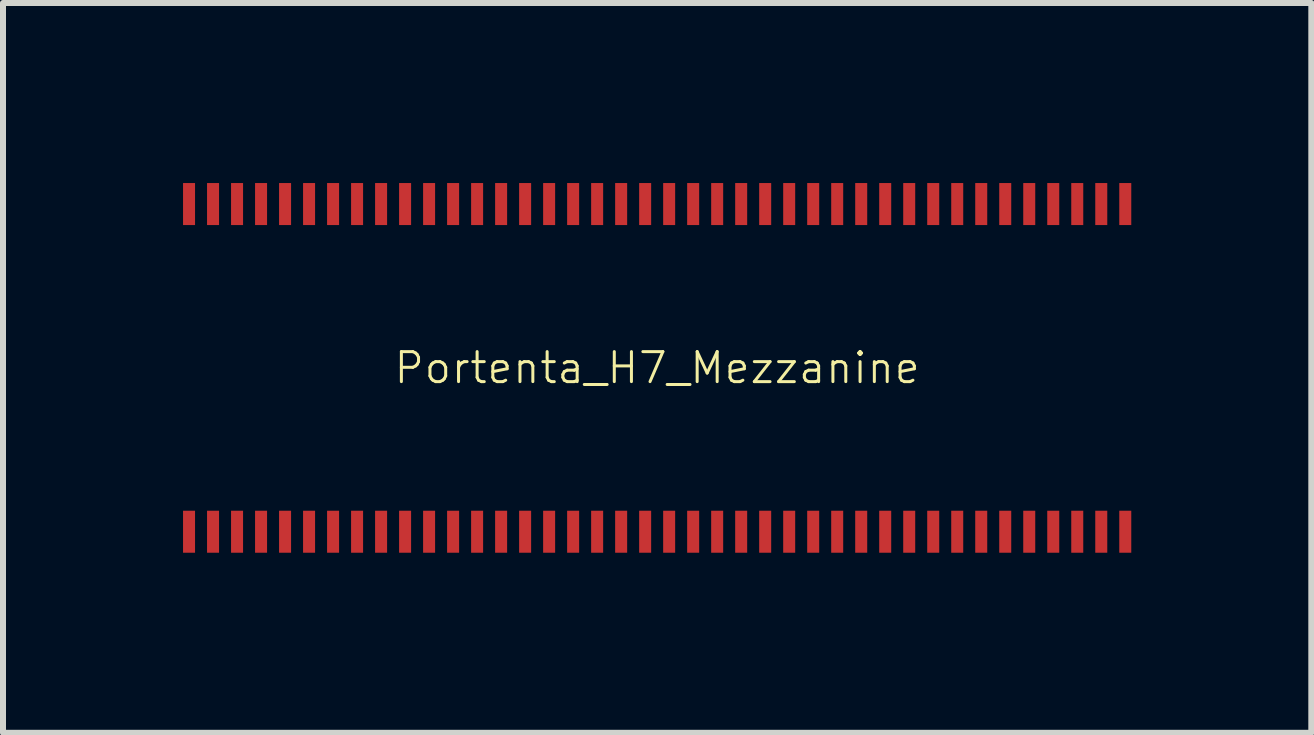
<source format=kicad_pcb>
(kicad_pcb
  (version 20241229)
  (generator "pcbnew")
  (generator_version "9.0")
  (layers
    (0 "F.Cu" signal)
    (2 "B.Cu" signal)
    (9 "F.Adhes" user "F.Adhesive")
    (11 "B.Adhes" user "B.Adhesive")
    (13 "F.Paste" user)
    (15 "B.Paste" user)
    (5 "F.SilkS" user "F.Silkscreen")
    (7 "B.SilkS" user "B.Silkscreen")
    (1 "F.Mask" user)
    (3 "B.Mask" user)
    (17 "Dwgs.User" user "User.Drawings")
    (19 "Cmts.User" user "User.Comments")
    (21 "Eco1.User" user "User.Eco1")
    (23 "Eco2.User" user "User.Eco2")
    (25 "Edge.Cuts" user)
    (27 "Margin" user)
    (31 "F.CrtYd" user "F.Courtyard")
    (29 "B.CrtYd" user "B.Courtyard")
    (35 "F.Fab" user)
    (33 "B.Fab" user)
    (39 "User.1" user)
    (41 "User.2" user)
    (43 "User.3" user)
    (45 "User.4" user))
  (footprint "Portenta_H7_Mezzanine"
    (layer "F.Cu")
    (at 7.9 3.08)
    (property "Reference" "Portenta_H7_Mezzanine" (at 0 0 0) (unlocked yes) (layer "F.SilkS") (effects (font (size 0.5 0.5) (thickness 0.05))))
    (attr smd)
    (pad "J1-1" smd rect (at -7.8 -2.73) (size 0.2 0.7) (layers "F.Cu" "F.Mask" "F.Paste"))
    (pad "J1-2" smd rect (at -7.8 2.73) (size 0.2 0.7) (layers "F.Cu" "F.Mask" "F.Paste"))
    (pad "J1-3" smd rect (at -7.4 -2.73) (size 0.2 0.7) (layers "F.Cu" "F.Mask" "F.Paste"))
    (pad "J1-4" smd rect (at -7.4 2.73) (size 0.2 0.7) (layers "F.Cu" "F.Mask" "F.Paste"))
    (pad "J1-5" smd rect (at -7 -2.73) (size 0.2 0.7) (layers "F.Cu" "F.Mask" "F.Paste"))
    (pad "J1-6" smd rect (at -7 2.73) (size 0.2 0.7) (layers "F.Cu" "F.Mask" "F.Paste"))
    (pad "J1-7" smd rect (at -6.6 -2.73) (size 0.2 0.7) (layers "F.Cu" "F.Mask" "F.Paste"))
    (pad "J1-8" smd rect (at -6.6 2.73) (size 0.2 0.7) (layers "F.Cu" "F.Mask" "F.Paste"))
    (pad "J1-9" smd rect (at -6.2 -2.73) (size 0.2 0.7) (layers "F.Cu" "F.Mask" "F.Paste"))
    (pad "J1-10" smd rect (at -6.2 2.73) (size 0.2 0.7) (layers "F.Cu" "F.Mask" "F.Paste"))
    (pad "J1-11" smd rect (at -5.8 -2.73) (size 0.2 0.7) (layers "F.Cu" "F.Mask" "F.Paste"))
    (pad "J1-12" smd rect (at -5.8 2.73) (size 0.2 0.7) (layers "F.Cu" "F.Mask" "F.Paste"))
    (pad "J1-13" smd rect (at -5.4 -2.73) (size 0.2 0.7) (layers "F.Cu" "F.Mask" "F.Paste"))
    (pad "J1-14" smd rect (at -5.4 2.73) (size 0.2 0.7) (layers "F.Cu" "F.Mask" "F.Paste"))
    (pad "J1-15" smd rect (at -5 -2.73) (size 0.2 0.7) (layers "F.Cu" "F.Mask" "F.Paste"))
    (pad "J1-16" smd rect (at -5 2.73) (size 0.2 0.7) (layers "F.Cu" "F.Mask" "F.Paste"))
    (pad "J1-17" smd rect (at -4.6 -2.73) (size 0.2 0.7) (layers "F.Cu" "F.Mask" "F.Paste"))
    (pad "J1-18" smd rect (at -4.6 2.73) (size 0.2 0.7) (layers "F.Cu" "F.Mask" "F.Paste"))
    (pad "J1-19" smd rect (at -4.2 -2.73) (size 0.2 0.7) (layers "F.Cu" "F.Mask" "F.Paste"))
    (pad "J1-20" smd rect (at -4.2 2.73) (size 0.2 0.7) (layers "F.Cu" "F.Mask" "F.Paste"))
    (pad "J1-21" smd rect (at -3.8 -2.73) (size 0.2 0.7) (layers "F.Cu" "F.Mask" "F.Paste"))
    (pad "J1-22" smd rect (at -3.8 2.73) (size 0.2 0.7) (layers "F.Cu" "F.Mask" "F.Paste"))
    (pad "J1-23" smd rect (at -3.4 -2.73) (size 0.2 0.7) (layers "F.Cu" "F.Mask" "F.Paste"))
    (pad "J1-24" smd rect (at -3.4 2.73) (size 0.2 0.7) (layers "F.Cu" "F.Mask" "F.Paste"))
    (pad "J1-25" smd rect (at -3 -2.73) (size 0.2 0.7) (layers "F.Cu" "F.Mask" "F.Paste"))
    (pad "J1-26" smd rect (at -3 2.73) (size 0.2 0.7) (layers "F.Cu" "F.Mask" "F.Paste"))
    (pad "J1-27" smd rect (at -2.6 -2.73) (size 0.2 0.7) (layers "F.Cu" "F.Mask" "F.Paste"))
    (pad "J1-28" smd rect (at -2.6 2.73) (size 0.2 0.7) (layers "F.Cu" "F.Mask" "F.Paste"))
    (pad "J1-29" smd rect (at -2.2 -2.73) (size 0.2 0.7) (layers "F.Cu" "F.Mask" "F.Paste"))
    (pad "J1-30" smd rect (at -2.2 2.73) (size 0.2 0.7) (layers "F.Cu" "F.Mask" "F.Paste"))
    (pad "J1-31" smd rect (at -1.8 -2.73) (size 0.2 0.7) (layers "F.Cu" "F.Mask" "F.Paste"))
    (pad "J1-32" smd rect (at -1.8 2.73) (size 0.2 0.7) (layers "F.Cu" "F.Mask" "F.Paste"))
    (pad "J1-33" smd rect (at -1.4 -2.73) (size 0.2 0.7) (layers "F.Cu" "F.Mask" "F.Paste"))
    (pad "J1-34" smd rect (at -1.4 2.73) (size 0.2 0.7) (layers "F.Cu" "F.Mask" "F.Paste"))
    (pad "J1-35" smd rect (at -1 -2.73) (size 0.2 0.7) (layers "F.Cu" "F.Mask" "F.Paste"))
    (pad "J1-36" smd rect (at -1 2.73) (size 0.2 0.7) (layers "F.Cu" "F.Mask" "F.Paste"))
    (pad "J1-37" smd rect (at -0.6 -2.73) (size 0.2 0.7) (layers "F.Cu" "F.Mask" "F.Paste"))
    (pad "J1-38" smd rect (at -0.6 2.73) (size 0.2 0.7) (layers "F.Cu" "F.Mask" "F.Paste"))
    (pad "J1-39" smd rect (at -0.2 -2.73) (size 0.2 0.7) (layers "F.Cu" "F.Mask" "F.Paste"))
    (pad "J1-40" smd rect (at -0.2 2.73) (size 0.2 0.7) (layers "F.Cu" "F.Mask" "F.Paste"))
    (pad "J1-41" smd rect (at 0.2 -2.73) (size 0.2 0.7) (layers "F.Cu" "F.Mask" "F.Paste"))
    (pad "J1-42" smd rect (at 0.2 2.73) (size 0.2 0.7) (layers "F.Cu" "F.Mask" "F.Paste"))
    (pad "J1-43" smd rect (at 0.6 -2.73) (size 0.2 0.7) (layers "F.Cu" "F.Mask" "F.Paste"))
    (pad "J1-44" smd rect (at 0.6 2.73) (size 0.2 0.7) (layers "F.Cu" "F.Mask" "F.Paste"))
    (pad "J1-45" smd rect (at 1 -2.73) (size 0.2 0.7) (layers "F.Cu" "F.Mask" "F.Paste"))
    (pad "J1-46" smd rect (at 1 2.73) (size 0.2 0.7) (layers "F.Cu" "F.Mask" "F.Paste"))
    (pad "J1-47" smd rect (at 1.4 -2.73) (size 0.2 0.7) (layers "F.Cu" "F.Mask" "F.Paste"))
    (pad "J1-48" smd rect (at 1.4 2.73) (size 0.2 0.7) (layers "F.Cu" "F.Mask" "F.Paste"))
    (pad "J1-49" smd rect (at 1.8 -2.73) (size 0.2 0.7) (layers "F.Cu" "F.Mask" "F.Paste"))
    (pad "J1-50" smd rect (at 1.8 2.73) (size 0.2 0.7) (layers "F.Cu" "F.Mask" "F.Paste"))
    (pad "J1-51" smd rect (at 2.2 -2.73) (size 0.2 0.7) (layers "F.Cu" "F.Mask" "F.Paste"))
    (pad "J1-52" smd rect (at 2.2 2.73) (size 0.2 0.7) (layers "F.Cu" "F.Mask" "F.Paste"))
    (pad "J1-53" smd rect (at 2.6 -2.73) (size 0.2 0.7) (layers "F.Cu" "F.Mask" "F.Paste"))
    (pad "J1-54" smd rect (at 2.6 2.73) (size 0.2 0.7) (layers "F.Cu" "F.Mask" "F.Paste"))
    (pad "J1-55" smd rect (at 3 -2.73) (size 0.2 0.7) (layers "F.Cu" "F.Mask" "F.Paste"))
    (pad "J1-56" smd rect (at 3 2.73) (size 0.2 0.7) (layers "F.Cu" "F.Mask" "F.Paste"))
    (pad "J1-57" smd rect (at 3.4 -2.73) (size 0.2 0.7) (layers "F.Cu" "F.Mask" "F.Paste"))
    (pad "J1-58" smd rect (at 3.4 2.73) (size 0.2 0.7) (layers "F.Cu" "F.Mask" "F.Paste"))
    (pad "J1-59" smd rect (at 3.8 -2.73) (size 0.2 0.7) (layers "F.Cu" "F.Mask" "F.Paste"))
    (pad "J1-60" smd rect (at 3.8 2.73) (size 0.2 0.7) (layers "F.Cu" "F.Mask" "F.Paste"))
    (pad "J1-61" smd rect (at 4.2 -2.73) (size 0.2 0.7) (layers "F.Cu" "F.Mask" "F.Paste"))
    (pad "J1-62" smd rect (at 4.2 2.73) (size 0.2 0.7) (layers "F.Cu" "F.Mask" "F.Paste"))
    (pad "J1-63" smd rect (at 4.6 -2.73) (size 0.2 0.7) (layers "F.Cu" "F.Mask" "F.Paste"))
    (pad "J1-64" smd rect (at 4.6 2.73) (size 0.2 0.7) (layers "F.Cu" "F.Mask" "F.Paste"))
    (pad "J1-65" smd rect (at 5 -2.73) (size 0.2 0.7) (layers "F.Cu" "F.Mask" "F.Paste"))
    (pad "J1-66" smd rect (at 5 2.73) (size 0.2 0.7) (layers "F.Cu" "F.Mask" "F.Paste"))
    (pad "J1-67" smd rect (at 5.4 -2.73) (size 0.2 0.7) (layers "F.Cu" "F.Mask" "F.Paste"))
    (pad "J1-68" smd rect (at 5.4 2.73) (size 0.2 0.7) (layers "F.Cu" "F.Mask" "F.Paste"))
    (pad "J1-69" smd rect (at 5.8 -2.73) (size 0.2 0.7) (layers "F.Cu" "F.Mask" "F.Paste"))
    (pad "J1-70" smd rect (at 5.8 2.73) (size 0.2 0.7) (layers "F.Cu" "F.Mask" "F.Paste"))
    (pad "J1-71" smd rect (at 6.2 -2.73) (size 0.2 0.7) (layers "F.Cu" "F.Mask" "F.Paste"))
    (pad "J1-72" smd rect (at 6.2 2.73) (size 0.2 0.7) (layers "F.Cu" "F.Mask" "F.Paste"))
    (pad "J1-73" smd rect (at 6.6 -2.73) (size 0.2 0.7) (layers "F.Cu" "F.Mask" "F.Paste"))
    (pad "J1-74" smd rect (at 6.6 2.73) (size 0.2 0.7) (layers "F.Cu" "F.Mask" "F.Paste"))
    (pad "J1-75" smd rect (at 7 -2.73) (size 0.2 0.7) (layers "F.Cu" "F.Mask" "F.Paste"))
    (pad "J1-76" smd rect (at 7 2.73) (size 0.2 0.7) (layers "F.Cu" "F.Mask" "F.Paste"))
    (pad "J1-77" smd rect (at 7.4 -2.73) (size 0.2 0.7) (layers "F.Cu" "F.Mask" "F.Paste"))
    (pad "J1-78" smd rect (at 7.4 2.73) (size 0.2 0.7) (layers "F.Cu" "F.Mask" "F.Paste"))
    (pad "J1-79" smd rect (at 7.8 -2.73) (size 0.2 0.7) (layers "F.Cu" "F.Mask" "F.Paste"))
    (pad "J1-80" smd rect (at 7.8 2.73) (size 0.2 0.7) (layers "F.Cu" "F.Mask" "F.Paste")))
  (gr_rect
    (start -3 -3)
    (end 18.8 9.16)
    (stroke (width 0.1) (type default))
    (fill no)
    (layer "Edge.Cuts")))
</source>
